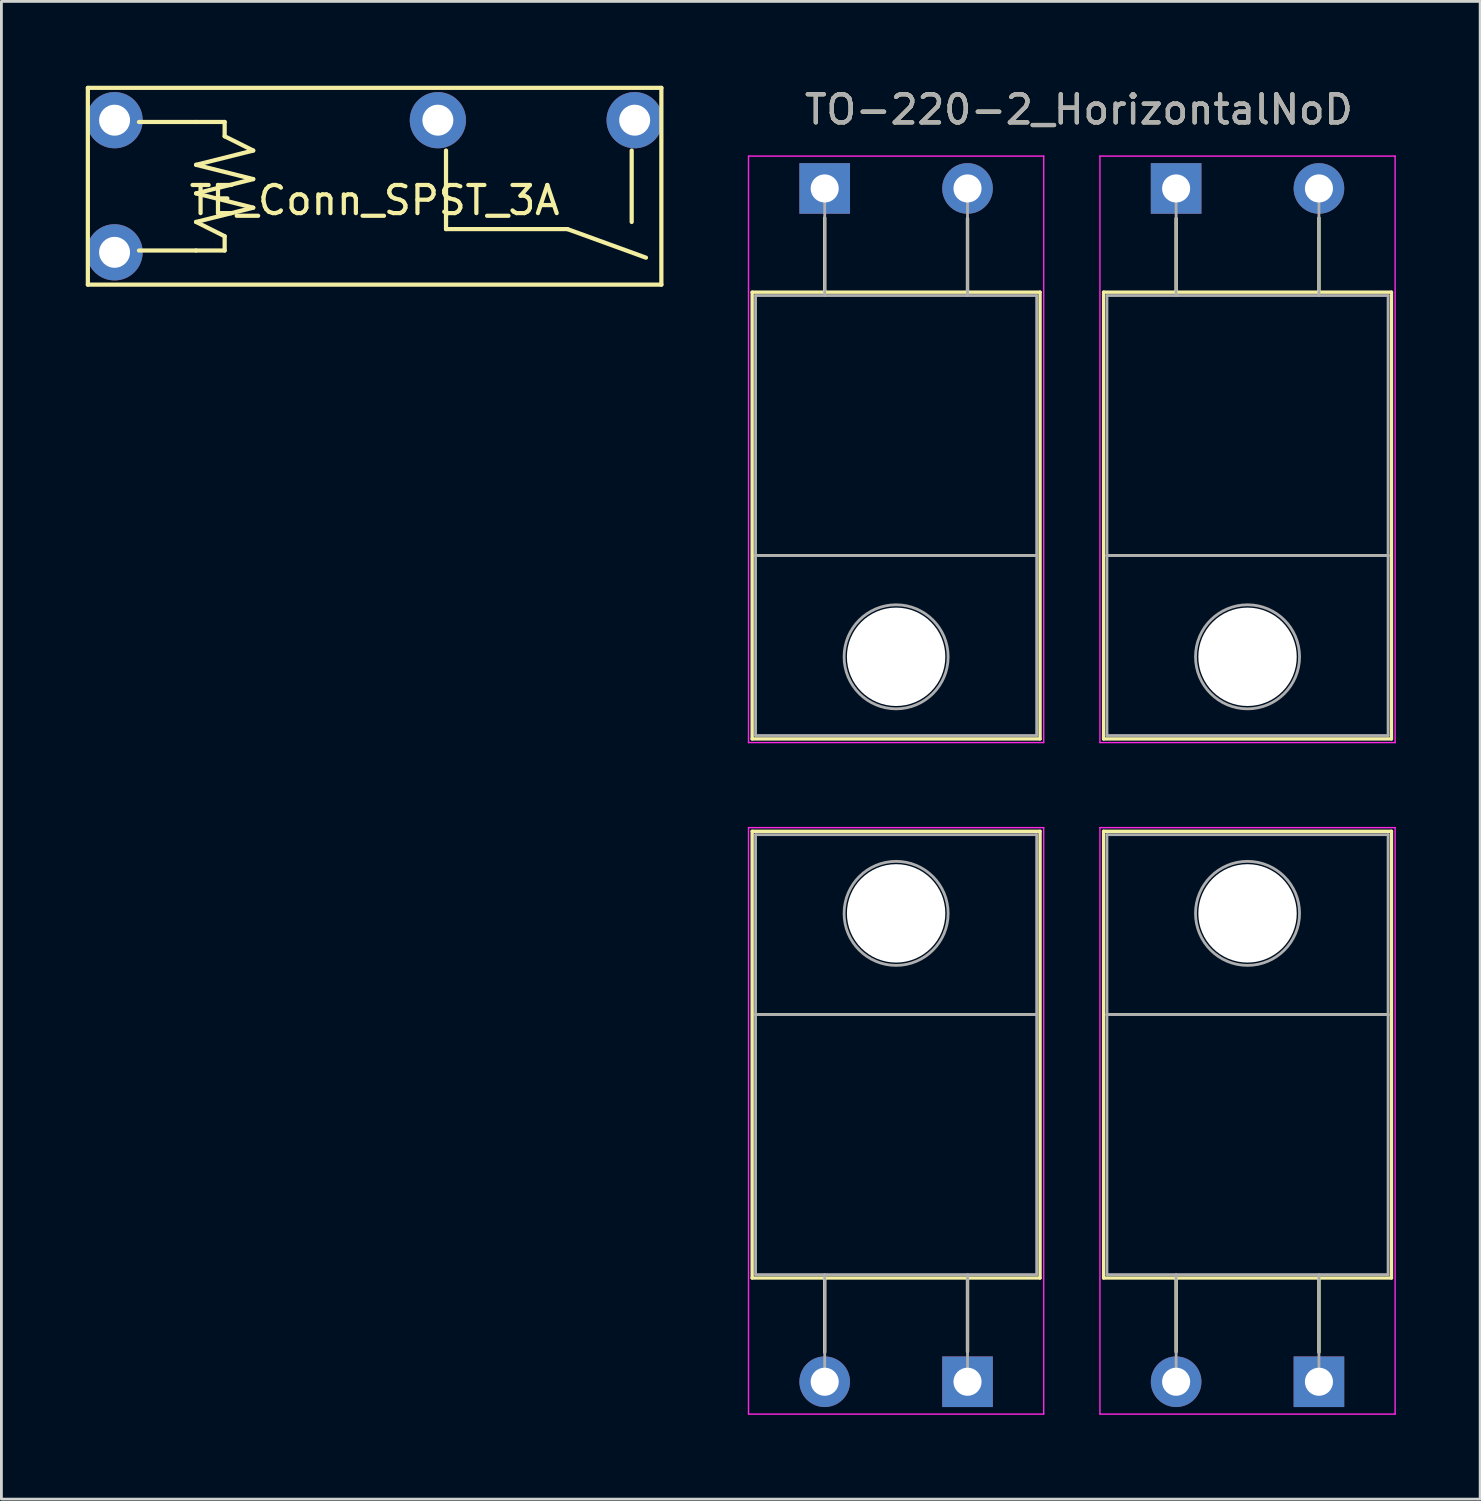
<source format=kicad_pcb>
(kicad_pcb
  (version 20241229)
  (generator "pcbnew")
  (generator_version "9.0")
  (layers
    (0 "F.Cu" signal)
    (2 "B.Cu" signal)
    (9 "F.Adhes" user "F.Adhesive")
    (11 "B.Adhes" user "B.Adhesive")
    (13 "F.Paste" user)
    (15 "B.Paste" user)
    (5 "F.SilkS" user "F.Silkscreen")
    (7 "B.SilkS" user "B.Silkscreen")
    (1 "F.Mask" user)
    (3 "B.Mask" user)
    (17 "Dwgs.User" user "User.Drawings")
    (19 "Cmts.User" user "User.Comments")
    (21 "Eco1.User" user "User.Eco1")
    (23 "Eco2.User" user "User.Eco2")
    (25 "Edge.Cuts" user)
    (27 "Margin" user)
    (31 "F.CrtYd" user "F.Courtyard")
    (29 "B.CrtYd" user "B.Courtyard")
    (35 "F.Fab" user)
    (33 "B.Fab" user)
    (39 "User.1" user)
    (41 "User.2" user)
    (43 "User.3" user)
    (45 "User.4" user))
  (footprint "TO-220-2_HorizontalNoD"
    (layer "F.Cu")
    (at 35.075 24.876)
    (property "Reference" "TO-220-2_HorizontalNoD" (at 0.25 -24.028 0) (layer "F.SilkS") (effects (font (size 1 1) (thickness 0.15))))
    (attr through_hole)
    (fp_line (start -11.37 -17.533) (end -1.13 -17.533) (stroke (width 0.12) (type solid)) (layer "F.SilkS"))
    (fp_line (start -11.37 -1.643) (end -11.37 -17.533) (stroke (width 0.12) (type solid)) (layer "F.SilkS"))
    (fp_line (start -11.37 -1.643) (end -1.13 -1.643) (stroke (width 0.12) (type solid)) (layer "F.SilkS"))
    (fp_line (start -11.37 1.643) (end -11.37 17.533) (stroke (width 0.12) (type solid)) (layer "F.SilkS"))
    (fp_line (start -11.37 1.643) (end -1.13 1.643) (stroke (width 0.12) (type solid)) (layer "F.SilkS"))
    (fp_line (start -11.37 17.533) (end -1.13 17.533) (stroke (width 0.12) (type solid)) (layer "F.SilkS"))
    (fp_line (start -11.25 -8.163) (end -1.25 -8.163) (stroke (width 0.1) (type solid)) (layer "F.SilkS"))
    (fp_line (start -11.25 8.163) (end -1.25 8.163) (stroke (width 0.1) (type solid)) (layer "F.SilkS"))
    (fp_line (start -8.79 -17.533) (end -8.79 -20.173) (stroke (width 0.12) (type solid)) (layer "F.SilkS"))
    (fp_line (start -8.79 17.533) (end -8.79 20.173) (stroke (width 0.12) (type solid)) (layer "F.SilkS"))
    (fp_line (start -3.71 -17.533) (end -3.71 -20.157) (stroke (width 0.12) (type solid)) (layer "F.SilkS"))
    (fp_line (start -3.71 17.533) (end -3.71 20.157) (stroke (width 0.12) (type solid)) (layer "F.SilkS"))
    (fp_line (start -1.13 -1.643) (end -1.13 -17.533) (stroke (width 0.12) (type solid)) (layer "F.SilkS"))
    (fp_line (start -1.13 1.643) (end -1.13 17.533) (stroke (width 0.12) (type solid)) (layer "F.SilkS"))
    (fp_line (start 1.13 -1.643) (end 1.13 -17.533) (stroke (width 0.12) (type solid)) (layer "F.SilkS"))
    (fp_line (start 1.13 1.643) (end 1.13 17.533) (stroke (width 0.12) (type solid)) (layer "F.SilkS"))
    (fp_line (start 1.25 -8.163) (end 11.25 -8.163) (stroke (width 0.1) (type solid)) (layer "F.SilkS"))
    (fp_line (start 1.25 8.163) (end 11.25 8.163) (stroke (width 0.1) (type solid)) (layer "F.SilkS"))
    (fp_line (start 3.71 -17.533) (end 3.71 -20.157) (stroke (width 0.12) (type solid)) (layer "F.SilkS"))
    (fp_line (start 3.71 17.533) (end 3.71 20.157) (stroke (width 0.12) (type solid)) (layer "F.SilkS"))
    (fp_line (start 8.79 -17.533) (end 8.79 -20.173) (stroke (width 0.12) (type solid)) (layer "F.SilkS"))
    (fp_line (start 8.79 17.533) (end 8.79 20.173) (stroke (width 0.12) (type solid)) (layer "F.SilkS"))
    (fp_line (start 11.37 -17.533) (end 1.13 -17.533) (stroke (width 0.12) (type solid)) (layer "F.SilkS"))
    (fp_line (start 11.37 -1.643) (end 1.13 -1.643) (stroke (width 0.12) (type solid)) (layer "F.SilkS"))
    (fp_line (start 11.37 -1.643) (end 11.37 -17.533) (stroke (width 0.12) (type solid)) (layer "F.SilkS"))
    (fp_line (start 11.37 1.643) (end 1.13 1.643) (stroke (width 0.12) (type solid)) (layer "F.SilkS"))
    (fp_line (start 11.37 1.643) (end 11.37 17.533) (stroke (width 0.12) (type solid)) (layer "F.SilkS"))
    (fp_line (start 11.37 17.533) (end 1.13 17.533) (stroke (width 0.12) (type solid)) (layer "F.SilkS"))
    (fp_line (start -11.5 -22.373) (end -1 -22.373) (stroke (width 0.05) (type solid)) (layer "F.CrtYd"))
    (fp_line (start -11.5 -1.513) (end -11.5 -22.373) (stroke (width 0.05) (type solid)) (layer "F.CrtYd"))
    (fp_line (start -11.5 1.513) (end -11.5 22.373) (stroke (width 0.05) (type solid)) (layer "F.CrtYd"))
    (fp_line (start -11.5 22.373) (end -1 22.373) (stroke (width 0.05) (type solid)) (layer "F.CrtYd"))
    (fp_line (start -1 -22.373) (end -1 -1.513) (stroke (width 0.05) (type solid)) (layer "F.CrtYd"))
    (fp_line (start -1 -1.513) (end -11.5 -1.513) (stroke (width 0.05) (type solid)) (layer "F.CrtYd"))
    (fp_line (start -1 1.513) (end -11.5 1.513) (stroke (width 0.05) (type solid)) (layer "F.CrtYd"))
    (fp_line (start -1 22.373) (end -1 1.513) (stroke (width 0.05) (type solid)) (layer "F.CrtYd"))
    (fp_line (start 1 -22.373) (end 1 -1.513) (stroke (width 0.05) (type solid)) (layer "F.CrtYd"))
    (fp_line (start 1 -1.513) (end 11.5 -1.513) (stroke (width 0.05) (type solid)) (layer "F.CrtYd"))
    (fp_line (start 1 1.513) (end 11.5 1.513) (stroke (width 0.05) (type solid)) (layer "F.CrtYd"))
    (fp_line (start 1 22.373) (end 1 1.513) (stroke (width 0.05) (type solid)) (layer "F.CrtYd"))
    (fp_line (start 11.5 -22.373) (end 1 -22.373) (stroke (width 0.05) (type solid)) (layer "F.CrtYd"))
    (fp_line (start 11.5 -1.513) (end 11.5 -22.373) (stroke (width 0.05) (type solid)) (layer "F.CrtYd"))
    (fp_line (start 11.5 1.513) (end 11.5 22.373) (stroke (width 0.05) (type solid)) (layer "F.CrtYd"))
    (fp_line (start 11.5 22.373) (end 1 22.373) (stroke (width 0.05) (type solid)) (layer "F.CrtYd"))
    (fp_line (start -11.25 -17.413) (end -11.25 -8.163) (stroke (width 0.1) (type solid)) (layer "F.Fab"))
    (fp_line (start -11.25 -8.163) (end -11.25 -1.763) (stroke (width 0.1) (type solid)) (layer "F.Fab"))
    (fp_line (start -11.25 -1.763) (end -1.25 -1.763) (stroke (width 0.1) (type solid)) (layer "F.Fab"))
    (fp_line (start -11.25 1.763) (end -1.25 1.763) (stroke (width 0.1) (type solid)) (layer "F.Fab"))
    (fp_line (start -11.25 8.163) (end -11.25 1.763) (stroke (width 0.1) (type solid)) (layer "F.Fab"))
    (fp_line (start -11.25 17.413) (end -11.25 8.163) (stroke (width 0.1) (type solid)) (layer "F.Fab"))
    (fp_line (start -8.79 -17.413) (end -8.79 -21.223) (stroke (width 0.1) (type solid)) (layer "F.Fab"))
    (fp_line (start -8.79 17.413) (end -8.79 21.223) (stroke (width 0.1) (type solid)) (layer "F.Fab"))
    (fp_line (start -3.71 -17.413) (end -3.71 -21.223) (stroke (width 0.1) (type solid)) (layer "F.Fab"))
    (fp_line (start -3.71 17.413) (end -3.71 21.223) (stroke (width 0.1) (type solid)) (layer "F.Fab"))
    (fp_line (start -1.25 -17.413) (end -11.25 -17.413) (stroke (width 0.1) (type solid)) (layer "F.Fab"))
    (fp_line (start -1.25 -8.163) (end -11.25 -8.163) (stroke (width 0.1) (type solid)) (layer "F.Fab"))
    (fp_line (start -1.25 -8.163) (end -1.25 -17.413) (stroke (width 0.1) (type solid)) (layer "F.Fab"))
    (fp_line (start -1.25 -1.763) (end -1.25 -8.163) (stroke (width 0.1) (type solid)) (layer "F.Fab"))
    (fp_line (start -1.25 1.763) (end -1.25 8.163) (stroke (width 0.1) (type solid)) (layer "F.Fab"))
    (fp_line (start -1.25 8.163) (end -11.25 8.163) (stroke (width 0.1) (type solid)) (layer "F.Fab"))
    (fp_line (start -1.25 8.163) (end -1.25 17.413) (stroke (width 0.1) (type solid)) (layer "F.Fab"))
    (fp_line (start -1.25 17.413) (end -11.25 17.413) (stroke (width 0.1) (type solid)) (layer "F.Fab"))
    (fp_line (start 1.25 -17.413) (end 11.25 -17.413) (stroke (width 0.1) (type solid)) (layer "F.Fab"))
    (fp_line (start 1.25 -8.163) (end 1.25 -17.413) (stroke (width 0.1) (type solid)) (layer "F.Fab"))
    (fp_line (start 1.25 -1.763) (end 1.25 -8.163) (stroke (width 0.1) (type solid)) (layer "F.Fab"))
    (fp_line (start 1.25 1.763) (end 1.25 8.163) (stroke (width 0.1) (type solid)) (layer "F.Fab"))
    (fp_line (start 1.25 8.163) (end 1.25 17.413) (stroke (width 0.1) (type solid)) (layer "F.Fab"))
    (fp_line (start 1.25 17.413) (end 11.25 17.413) (stroke (width 0.1) (type solid)) (layer "F.Fab"))
    (fp_line (start 3.71 -17.413) (end 3.71 -21.223) (stroke (width 0.1) (type solid)) (layer "F.Fab"))
    (fp_line (start 3.71 17.413) (end 3.71 21.223) (stroke (width 0.1) (type solid)) (layer "F.Fab"))
    (fp_line (start 8.79 -17.413) (end 8.79 -21.223) (stroke (width 0.1) (type solid)) (layer "F.Fab"))
    (fp_line (start 8.79 17.413) (end 8.79 21.223) (stroke (width 0.1) (type solid)) (layer "F.Fab"))
    (fp_line (start 11.25 -17.413) (end 11.25 -8.163) (stroke (width 0.1) (type solid)) (layer "F.Fab"))
    (fp_line (start 11.25 -8.163) (end 1.25 -8.163) (stroke (width 0.1) (type solid)) (layer "F.Fab"))
    (fp_line (start 11.25 -8.163) (end 11.25 -1.763) (stroke (width 0.1) (type solid)) (layer "F.Fab"))
    (fp_line (start 11.25 -1.763) (end 1.25 -1.763) (stroke (width 0.1) (type solid)) (layer "F.Fab"))
    (fp_line (start 11.25 1.763) (end 1.25 1.763) (stroke (width 0.1) (type solid)) (layer "F.Fab"))
    (fp_line (start 11.25 8.163) (end 1.25 8.163) (stroke (width 0.1) (type solid)) (layer "F.Fab"))
    (fp_line (start 11.25 8.163) (end 11.25 1.763) (stroke (width 0.1) (type solid)) (layer "F.Fab"))
    (fp_line (start 11.25 17.413) (end 11.25 8.163) (stroke (width 0.1) (type solid)) (layer "F.Fab"))
    (fp_circle (center -6.25 -4.563) (end -4.4 -4.563) (stroke (width 0.1) (type solid)) (fill no) (layer "F.Fab"))
    (fp_circle (center -6.25 4.563) (end -4.4 4.563) (stroke (width 0.1) (type solid)) (fill no) (layer "F.Fab"))
    (fp_circle (center 6.25 -4.563) (end 4.4 -4.563) (stroke (width 0.1) (type solid)) (fill no) (layer "F.Fab"))
    (fp_circle (center 6.25 4.563) (end 4.4 4.563) (stroke (width 0.1) (type solid)) (fill no) (layer "F.Fab"))
    (fp_text user "${REFERENCE}" (at 0.25 -24.028 0) (layer "F.Fab") (effects (font (size 1 1) (thickness 0.15))))
    (pad "" np_thru_hole oval (at -6.25 -4.563 180) (size 3.5 3.5) (drill 3.5) (layers "*.Cu" "*.Mask"))
    (pad "" np_thru_hole oval (at -6.25 4.563) (size 3.5 3.5) (drill 3.5) (layers "*.Cu" "*.Mask"))
    (pad "" np_thru_hole oval (at 6.25 -4.563 180) (size 3.5 3.5) (drill 3.5) (layers "*.Cu" "*.Mask"))
    (pad "" np_thru_hole oval (at 6.25 4.563) (size 3.5 3.5) (drill 3.5) (layers "*.Cu" "*.Mask"))
    (pad "G1a" thru_hole rect (at -8.79 -21.223 180) (size 1.8 1.8) (drill 1) (layers "*.Cu" "*.Mask"))
    (pad "G1b" thru_hole trapezoid (at 3.71 -21.223 180) (size 1.8 1.8) (drill 1) (layers "*.Cu" "*.Mask"))
    (pad "G2a" thru_hole trapezoid (at -3.71 21.223) (size 1.8 1.8) (drill 1) (layers "*.Cu" "*.Mask"))
    (pad "G2b" thru_hole rect (at 8.79 21.223) (size 1.8 1.8) (drill 1) (layers "*.Cu" "*.Mask"))
    (pad "S1" thru_hole oval (at -3.71 -21.223 180) (size 1.8 1.8) (drill 1) (layers "*.Cu" "*.Mask"))
    (pad "S1" thru_hole oval (at 8.79 -21.223 180) (size 1.8 1.8) (drill 1) (layers "*.Cu" "*.Mask"))
    (pad "S2" thru_hole oval (at -8.79 21.223) (size 1.8 1.8) (drill 1) (layers "*.Cu" "*.Mask"))
    (pad "S2" thru_hole oval (at 3.71 21.223) (size 1.8 1.8) (drill 1) (layers "*.Cu" "*.Mask")))
  (footprint "TE_Conn_SPST_3A"
    (layer "F.Cu")
    (at 10.275 3.575)
    (property "Reference" "TE_Conn_SPST_3A" (at 0 0.5 0) (layer "F.SilkS") (effects (font (size 1 1) (thickness 0.15))))
    (attr through_hole)
    (fp_line (start -10.2 -3.5) (end -10.2 3.5) (stroke (width 0.15) (type solid)) (layer "F.SilkS"))
    (fp_line (start -10.2 3.5) (end 10.2 3.5) (stroke (width 0.15) (type solid)) (layer "F.SilkS"))
    (fp_line (start -6.35 -2.286) (end -8.382 -2.286) (stroke (width 0.15) (type solid)) (layer "F.SilkS"))
    (fp_line (start -6.35 -2.286) (end -5.334 -2.286) (stroke (width 0.15) (type solid)) (layer "F.SilkS"))
    (fp_line (start -6.35 -0.762) (end -4.318 -0.254) (stroke (width 0.15) (type solid)) (layer "F.SilkS"))
    (fp_line (start -6.35 0.254) (end -4.318 0.762) (stroke (width 0.15) (type solid)) (layer "F.SilkS"))
    (fp_line (start -6.35 1.27) (end -5.334 1.778) (stroke (width 0.15) (type solid)) (layer "F.SilkS"))
    (fp_line (start -6.35 2.286) (end -8.382 2.286) (stroke (width 0.15) (type solid)) (layer "F.SilkS"))
    (fp_line (start -5.334 -2.286) (end -5.334 -1.778) (stroke (width 0.15) (type solid)) (layer "F.SilkS"))
    (fp_line (start -5.334 -1.778) (end -4.318 -1.27) (stroke (width 0.15) (type solid)) (layer "F.SilkS"))
    (fp_line (start -5.334 1.778) (end -5.334 2.286) (stroke (width 0.15) (type solid)) (layer "F.SilkS"))
    (fp_line (start -5.334 2.286) (end -6.35 2.286) (stroke (width 0.15) (type solid)) (layer "F.SilkS"))
    (fp_line (start -4.318 -1.27) (end -6.35 -0.762) (stroke (width 0.15) (type solid)) (layer "F.SilkS"))
    (fp_line (start -4.318 -0.254) (end -6.35 0.254) (stroke (width 0.15) (type solid)) (layer "F.SilkS"))
    (fp_line (start -4.318 0.762) (end -6.35 1.27) (stroke (width 0.15) (type solid)) (layer "F.SilkS"))
    (fp_line (start 2.54 -1.27) (end 2.54 0) (stroke (width 0.15) (type solid)) (layer "F.SilkS"))
    (fp_line (start 2.54 0) (end 2.54 1.27) (stroke (width 0.15) (type solid)) (layer "F.SilkS"))
    (fp_line (start 2.54 1.524) (end 2.54 1.27) (stroke (width 0.15) (type solid)) (layer "F.SilkS"))
    (fp_line (start 6.858 1.524) (end 2.54 1.524) (stroke (width 0.15) (type solid)) (layer "F.SilkS"))
    (fp_line (start 9.144 -1.27) (end 9.144 1.27) (stroke (width 0.15) (type solid)) (layer "F.SilkS"))
    (fp_line (start 9.652 2.54) (end 6.858 1.524) (stroke (width 0.15) (type solid)) (layer "F.SilkS"))
    (fp_line (start 10.2 -3.5) (end -10.2 -3.5) (stroke (width 0.15) (type solid)) (layer "F.SilkS"))
    (fp_line (start 10.2 3.5) (end 10.2 -3.5) (stroke (width 0.15) (type solid)) (layer "F.SilkS"))
    (pad "+CTL" thru_hole circle (at -9.25 -2.35) (size 2 2) (drill 1.1) (layers "*.Cu" "*.Mask"))
    (pad "-CTL" thru_hole circle (at -9.25 2.35) (size 2 2) (drill 1.1) (layers "*.Cu" "*.Mask"))
    (pad "IN" thru_hole circle (at 9.25 -2.35) (size 2 2) (drill 1.1) (layers "*.Cu" "*.Mask"))
    (pad "OUT" thru_hole circle (at 2.25 -2.35) (size 2 2) (drill 1.1) (layers "*.Cu" "*.Mask")))
  (gr_rect
    (start -3 -3)
    (end 49.6 50.274)
    (stroke (width 0.1) (type default))
    (fill no)
    (layer "Edge.Cuts")))
</source>
